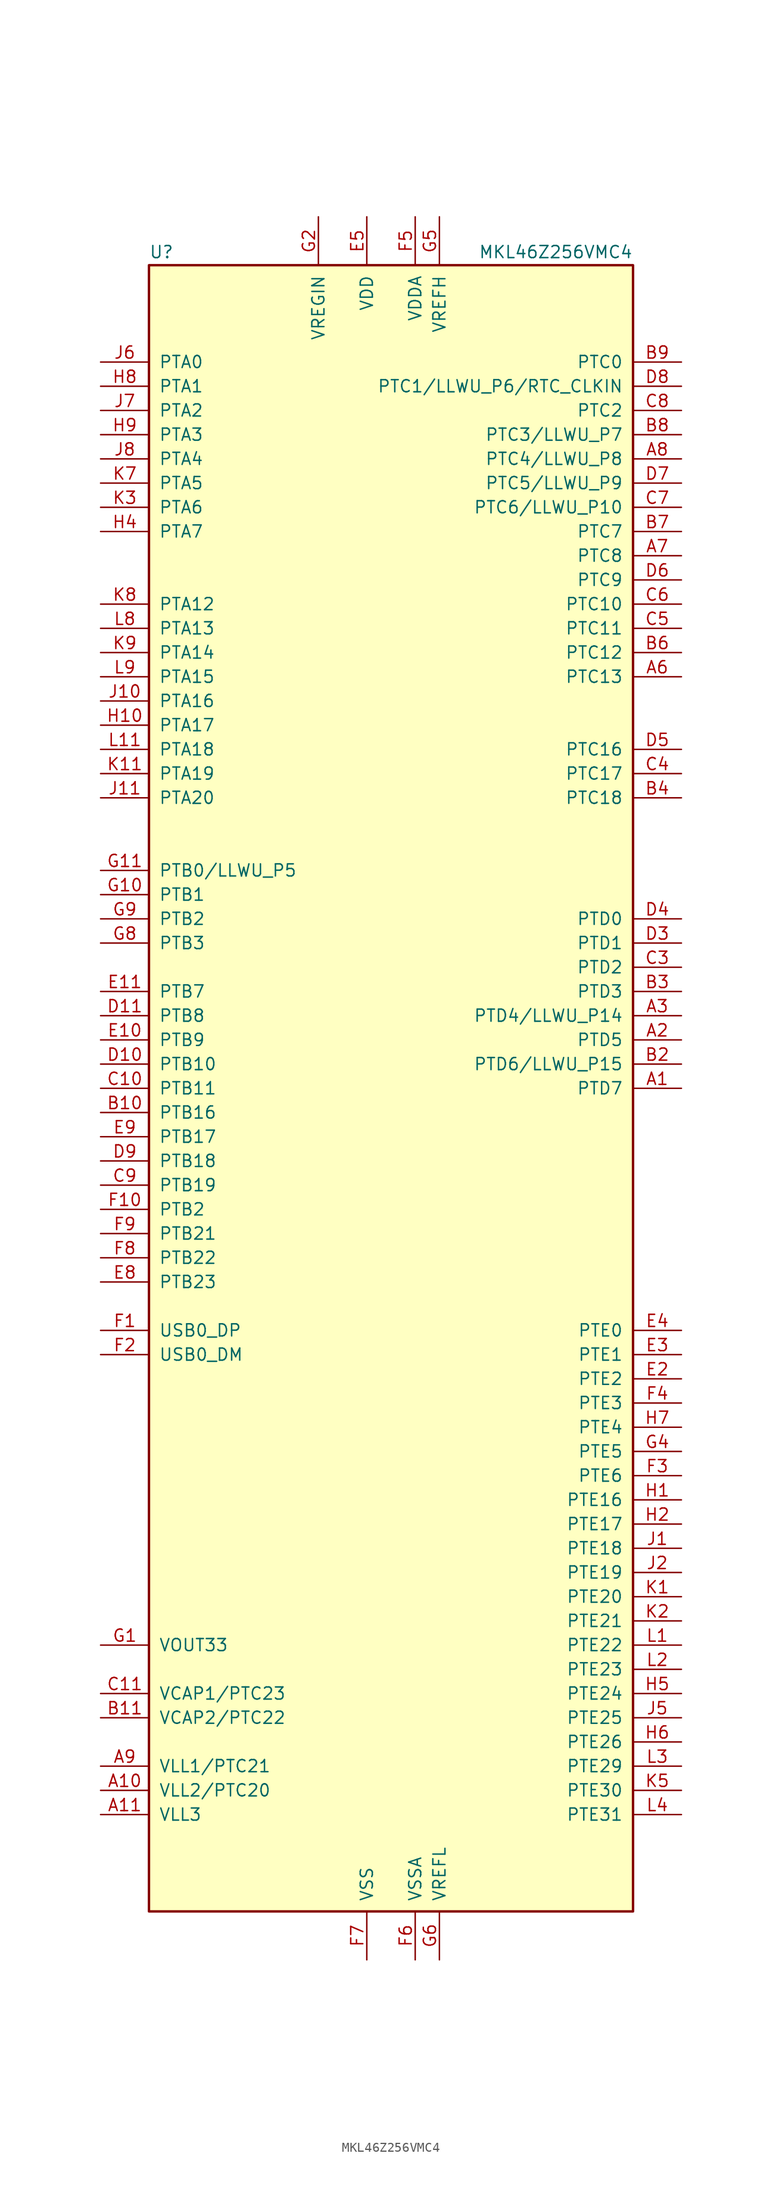
<source format=kicad_sym>
(kicad_symbol_lib
  (version 20231120)
  (generator "kicad_symbol_editor")
  (generator_version "8.0")
  (symbol "MKL46Z256VMC4"
    (pin_names
      (offset 1.016))
    (property "Reference" "U"
      (at -25.4 86.995 0)
      (effects (font (size 1.27 1.27)) (justify left bottom)))
    (property "Value" "MKL46Z256VMC4"
      (at 25.4 86.995 0)
      (effects (font (size 1.27 1.27)) (justify right bottom)))
    (symbol "MKL46Z256VMC4_0_1"
      (rectangle (start -25.4 86.36) (end 25.4 -86.36) (stroke (width 0.254) (type default)) (fill (type background))))
    (symbol "MKL46Z256VMC4_1_1"
      (pin bidirectional line (at 30.48 0 180) (length 5.08) (name "PTD7" (effects (font (size 1.27 1.27)))) (number "A1" (effects (font (size 1.27 1.27)))))
      (pin power_out line (at -30.48 -73.66 0) (length 5.08) (name "VLL2/PTC20" (effects (font (size 1.27 1.27)))) (number "A10" (effects (font (size 1.27 1.27)))))
      (pin power_out line (at -30.48 -76.2 0) (length 5.08) (name "VLL3" (effects (font (size 1.27 1.27)))) (number "A11" (effects (font (size 1.27 1.27)))))
      (pin bidirectional line (at 30.48 5.08 180) (length 5.08) (name "PTD5" (effects (font (size 1.27 1.27)))) (number "A2" (effects (font (size 1.27 1.27)))))
      (pin bidirectional line (at 30.48 7.62 180) (length 5.08) (name "PTD4/LLWU_P14" (effects (font (size 1.27 1.27)))) (number "A3" (effects (font (size 1.27 1.27)))))
      (pin no_connect line (at 25.4 27.94 180) (length 5.08) hide (name "NC" (effects (font (size 1.27 1.27)))) (number "A4" (effects (font (size 1.27 1.27)))))
      (pin no_connect line (at 25.4 40.64 180) (length 5.08) hide (name "NC" (effects (font (size 1.27 1.27)))) (number "A5" (effects (font (size 1.27 1.27)))))
      (pin bidirectional line (at 30.48 43.18 180) (length 5.08) (name "PTC13" (effects (font (size 1.27 1.27)))) (number "A6" (effects (font (size 1.27 1.27)))))
      (pin bidirectional line (at 30.48 55.88 180) (length 5.08) (name "PTC8" (effects (font (size 1.27 1.27)))) (number "A7" (effects (font (size 1.27 1.27)))))
      (pin bidirectional line (at 30.48 66.04 180) (length 5.08) (name "PTC4/LLWU_P8" (effects (font (size 1.27 1.27)))) (number "A8" (effects (font (size 1.27 1.27)))))
      (pin power_out line (at -30.48 -71.12 0) (length 5.08) (name "VLL1/PTC21" (effects (font (size 1.27 1.27)))) (number "A9" (effects (font (size 1.27 1.27)))))
      (pin no_connect line (at 25.4 -7.62 180) (length 5.08) hide (name "NC" (effects (font (size 1.27 1.27)))) (number "B1" (effects (font (size 1.27 1.27)))))
      (pin bidirectional line (at -30.48 -2.54 0) (length 5.08) (name "PTB16" (effects (font (size 1.27 1.27)))) (number "B10" (effects (font (size 1.27 1.27)))))
      (pin passive line (at -30.48 -66.04 0) (length 5.08) (name "VCAP2/PTC22" (effects (font (size 1.27 1.27)))) (number "B11" (effects (font (size 1.27 1.27)))))
      (pin bidirectional line (at 30.48 2.54 180) (length 5.08) (name "PTD6/LLWU_P15" (effects (font (size 1.27 1.27)))) (number "B2" (effects (font (size 1.27 1.27)))))
      (pin bidirectional line (at 30.48 10.16 180) (length 5.08) (name "PTD3" (effects (font (size 1.27 1.27)))) (number "B3" (effects (font (size 1.27 1.27)))))
      (pin bidirectional line (at 30.48 30.48 180) (length 5.08) (name "PTC18" (effects (font (size 1.27 1.27)))) (number "B4" (effects (font (size 1.27 1.27)))))
      (pin no_connect line (at 25.4 38.1 180) (length 5.08) hide (name "NC" (effects (font (size 1.27 1.27)))) (number "B5" (effects (font (size 1.27 1.27)))))
      (pin bidirectional line (at 30.48 45.72 180) (length 5.08) (name "PTC12" (effects (font (size 1.27 1.27)))) (number "B6" (effects (font (size 1.27 1.27)))))
      (pin bidirectional line (at 30.48 58.42 180) (length 5.08) (name "PTC7" (effects (font (size 1.27 1.27)))) (number "B7" (effects (font (size 1.27 1.27)))))
      (pin bidirectional line (at 30.48 68.58 180) (length 5.08) (name "PTC3/LLWU_P7" (effects (font (size 1.27 1.27)))) (number "B8" (effects (font (size 1.27 1.27)))))
      (pin bidirectional line (at 30.48 76.2 180) (length 5.08) (name "PTC0" (effects (font (size 1.27 1.27)))) (number "B9" (effects (font (size 1.27 1.27)))))
      (pin no_connect line (at 25.4 -12.7 180) (length 5.08) hide (name "NC" (effects (font (size 1.27 1.27)))) (number "C1" (effects (font (size 1.27 1.27)))))
      (pin bidirectional line (at -30.48 0 0) (length 5.08) (name "PTB11" (effects (font (size 1.27 1.27)))) (number "C10" (effects (font (size 1.27 1.27)))))
      (pin passive line (at -30.48 -63.5 0) (length 5.08) (name "VCAP1/PTC23" (effects (font (size 1.27 1.27)))) (number "C11" (effects (font (size 1.27 1.27)))))
      (pin no_connect line (at 25.4 -10.16 180) (length 5.08) hide (name "NC" (effects (font (size 1.27 1.27)))) (number "C2" (effects (font (size 1.27 1.27)))))
      (pin bidirectional line (at 30.48 12.7 180) (length 5.08) (name "PTD2" (effects (font (size 1.27 1.27)))) (number "C3" (effects (font (size 1.27 1.27)))))
      (pin bidirectional line (at 30.48 33.02 180) (length 5.08) (name "PTC17" (effects (font (size 1.27 1.27)))) (number "C4" (effects (font (size 1.27 1.27)))))
      (pin bidirectional line (at 30.48 48.26 180) (length 5.08) (name "PTC11" (effects (font (size 1.27 1.27)))) (number "C5" (effects (font (size 1.27 1.27)))))
      (pin bidirectional line (at 30.48 50.8 180) (length 5.08) (name "PTC10" (effects (font (size 1.27 1.27)))) (number "C6" (effects (font (size 1.27 1.27)))))
      (pin bidirectional line (at 30.48 60.96 180) (length 5.08) (name "PTC6/LLWU_P10" (effects (font (size 1.27 1.27)))) (number "C7" (effects (font (size 1.27 1.27)))))
      (pin bidirectional line (at 30.48 71.12 180) (length 5.08) (name "PTC2" (effects (font (size 1.27 1.27)))) (number "C8" (effects (font (size 1.27 1.27)))))
      (pin bidirectional line (at -30.48 -10.16 0) (length 5.08) (name "PTB19" (effects (font (size 1.27 1.27)))) (number "C9" (effects (font (size 1.27 1.27)))))
      (pin no_connect line (at 25.4 -17.78 180) (length 5.08) hide (name "NC" (effects (font (size 1.27 1.27)))) (number "D1" (effects (font (size 1.27 1.27)))))
      (pin bidirectional line (at -30.48 2.54 0) (length 5.08) (name "PTB10" (effects (font (size 1.27 1.27)))) (number "D10" (effects (font (size 1.27 1.27)))))
      (pin bidirectional line (at -30.48 7.62 0) (length 5.08) (name "PTB8" (effects (font (size 1.27 1.27)))) (number "D11" (effects (font (size 1.27 1.27)))))
      (pin no_connect line (at 25.4 -15.24 180) (length 5.08) hide (name "NC" (effects (font (size 1.27 1.27)))) (number "D2" (effects (font (size 1.27 1.27)))))
      (pin bidirectional line (at 30.48 15.24 180) (length 5.08) (name "PTD1" (effects (font (size 1.27 1.27)))) (number "D3" (effects (font (size 1.27 1.27)))))
      (pin bidirectional line (at 30.48 17.78 180) (length 5.08) (name "PTD0" (effects (font (size 1.27 1.27)))) (number "D4" (effects (font (size 1.27 1.27)))))
      (pin bidirectional line (at 30.48 35.56 180) (length 5.08) (name "PTC16" (effects (font (size 1.27 1.27)))) (number "D5" (effects (font (size 1.27 1.27)))))
      (pin bidirectional line (at 30.48 53.34 180) (length 5.08) (name "PTC9" (effects (font (size 1.27 1.27)))) (number "D6" (effects (font (size 1.27 1.27)))))
      (pin bidirectional line (at 30.48 63.5 180) (length 5.08) (name "PTC5/LLWU_P9" (effects (font (size 1.27 1.27)))) (number "D7" (effects (font (size 1.27 1.27)))))
      (pin bidirectional line (at 30.48 73.66 180) (length 5.08) (name "PTC1/LLWU_P6/RTC_CLKIN" (effects (font (size 1.27 1.27)))) (number "D8" (effects (font (size 1.27 1.27)))))
      (pin bidirectional line (at -30.48 -7.62 0) (length 5.08) (name "PTB18" (effects (font (size 1.27 1.27)))) (number "D9" (effects (font (size 1.27 1.27)))))
      (pin no_connect line (at 25.4 -20.32 180) (length 5.08) hide (name "NC" (effects (font (size 1.27 1.27)))) (number "E1" (effects (font (size 1.27 1.27)))))
      (pin bidirectional line (at -30.48 5.08 0) (length 5.08) (name "PTB9" (effects (font (size 1.27 1.27)))) (number "E10" (effects (font (size 1.27 1.27)))))
      (pin bidirectional line (at -30.48 10.16 0) (length 5.08) (name "PTB7" (effects (font (size 1.27 1.27)))) (number "E11" (effects (font (size 1.27 1.27)))))
      (pin bidirectional line (at 30.48 -30.48 180) (length 5.08) (name "PTE2" (effects (font (size 1.27 1.27)))) (number "E2" (effects (font (size 1.27 1.27)))))
      (pin bidirectional line (at 30.48 -27.94 180) (length 5.08) (name "PTE1" (effects (font (size 1.27 1.27)))) (number "E3" (effects (font (size 1.27 1.27)))))
      (pin bidirectional line (at 30.48 -25.4 180) (length 5.08) (name "PTE0" (effects (font (size 1.27 1.27)))) (number "E4" (effects (font (size 1.27 1.27)))))
      (pin power_in line (at -2.54 91.44 270) (length 5.08) (name "VDD" (effects (font (size 1.27 1.27)))) (number "E5" (effects (font (size 1.27 1.27)))))
      (pin passive line (at -2.54 91.44 270) (length 5.08) hide (name "VDD" (effects (font (size 1.27 1.27)))) (number "E6" (effects (font (size 1.27 1.27)))))
      (pin passive line (at -2.54 91.44 270) (length 5.08) hide (name "VDD" (effects (font (size 1.27 1.27)))) (number "E7" (effects (font (size 1.27 1.27)))))
      (pin bidirectional line (at -30.48 -20.32 0) (length 5.08) (name "PTB23" (effects (font (size 1.27 1.27)))) (number "E8" (effects (font (size 1.27 1.27)))))
      (pin bidirectional line (at -30.48 -5.08 0) (length 5.08) (name "PTB17" (effects (font (size 1.27 1.27)))) (number "E9" (effects (font (size 1.27 1.27)))))
      (pin bidirectional line (at -30.48 -25.4 0) (length 5.08) (name "USB0_DP" (effects (font (size 1.27 1.27)))) (number "F1" (effects (font (size 1.27 1.27)))))
      (pin bidirectional line (at -30.48 -12.7 0) (length 5.08) (name "PTB2" (effects (font (size 1.27 1.27)))) (number "F10" (effects (font (size 1.27 1.27)))))
      (pin no_connect line (at -25.4 12.7 0) (length 5.08) hide (name "NC" (effects (font (size 1.27 1.27)))) (number "F11" (effects (font (size 1.27 1.27)))))
      (pin bidirectional line (at -30.48 -27.94 0) (length 5.08) (name "USB0_DM" (effects (font (size 1.27 1.27)))) (number "F2" (effects (font (size 1.27 1.27)))))
      (pin bidirectional line (at 30.48 -40.64 180) (length 5.08) (name "PTE6" (effects (font (size 1.27 1.27)))) (number "F3" (effects (font (size 1.27 1.27)))))
      (pin bidirectional line (at 30.48 -33.02 180) (length 5.08) (name "PTE3" (effects (font (size 1.27 1.27)))) (number "F4" (effects (font (size 1.27 1.27)))))
      (pin power_in line (at 2.54 91.44 270) (length 5.08) (name "VDDA" (effects (font (size 1.27 1.27)))) (number "F5" (effects (font (size 1.27 1.27)))))
      (pin power_in line (at 2.54 -91.44 90) (length 5.08) (name "VSSA" (effects (font (size 1.27 1.27)))) (number "F6" (effects (font (size 1.27 1.27)))))
      (pin power_in line (at -2.54 -91.44 90) (length 5.08) (name "VSS" (effects (font (size 1.27 1.27)))) (number "F7" (effects (font (size 1.27 1.27)))))
      (pin bidirectional line (at -30.48 -17.78 0) (length 5.08) (name "PTB22" (effects (font (size 1.27 1.27)))) (number "F8" (effects (font (size 1.27 1.27)))))
      (pin bidirectional line (at -30.48 -15.24 0) (length 5.08) (name "PTB21" (effects (font (size 1.27 1.27)))) (number "F9" (effects (font (size 1.27 1.27)))))
      (pin power_out line (at -30.48 -58.42 0) (length 5.08) (name "VOUT33" (effects (font (size 1.27 1.27)))) (number "G1" (effects (font (size 1.27 1.27)))))
      (pin bidirectional line (at -30.48 20.32 0) (length 5.08) (name "PTB1" (effects (font (size 1.27 1.27)))) (number "G10" (effects (font (size 1.27 1.27)))))
      (pin bidirectional line (at -30.48 22.86 0) (length 5.08) (name "PTB0/LLWU_P5" (effects (font (size 1.27 1.27)))) (number "G11" (effects (font (size 1.27 1.27)))))
      (pin power_in line (at -7.62 91.44 270) (length 5.08) (name "VREGIN" (effects (font (size 1.27 1.27)))) (number "G2" (effects (font (size 1.27 1.27)))))
      (pin passive line (at -2.54 -91.44 90) (length 5.08) hide (name "VSS" (effects (font (size 1.27 1.27)))) (number "G3" (effects (font (size 1.27 1.27)))))
      (pin bidirectional line (at 30.48 -38.1 180) (length 5.08) (name "PTE5" (effects (font (size 1.27 1.27)))) (number "G4" (effects (font (size 1.27 1.27)))))
      (pin power_in line (at 5.08 91.44 270) (length 5.08) (name "VREFH" (effects (font (size 1.27 1.27)))) (number "G5" (effects (font (size 1.27 1.27)))))
      (pin power_in line (at 5.08 -91.44 90) (length 5.08) (name "VREFL" (effects (font (size 1.27 1.27)))) (number "G6" (effects (font (size 1.27 1.27)))))
      (pin passive line (at -2.54 -91.44 90) (length 5.08) hide (name "VSS" (effects (font (size 1.27 1.27)))) (number "G7" (effects (font (size 1.27 1.27)))))
      (pin bidirectional line (at -30.48 15.24 0) (length 5.08) (name "PTB3" (effects (font (size 1.27 1.27)))) (number "G8" (effects (font (size 1.27 1.27)))))
      (pin bidirectional line (at -30.48 17.78 0) (length 5.08) (name "PTB2" (effects (font (size 1.27 1.27)))) (number "G9" (effects (font (size 1.27 1.27)))))
      (pin bidirectional line (at 30.48 -43.18 180) (length 5.08) (name "PTE16" (effects (font (size 1.27 1.27)))) (number "H1" (effects (font (size 1.27 1.27)))))
      (pin bidirectional line (at -30.48 38.1 0) (length 5.08) (name "PTA17" (effects (font (size 1.27 1.27)))) (number "H10" (effects (font (size 1.27 1.27)))))
      (pin no_connect line (at -25.4 27.94 0) (length 5.08) hide (name "NC" (effects (font (size 1.27 1.27)))) (number "H11" (effects (font (size 1.27 1.27)))))
      (pin bidirectional line (at 30.48 -45.72 180) (length 5.08) (name "PTE17" (effects (font (size 1.27 1.27)))) (number "H2" (effects (font (size 1.27 1.27)))))
      (pin no_connect line (at -25.4 -45.72 0) (length 5.08) hide (name "NC" (effects (font (size 1.27 1.27)))) (number "H3" (effects (font (size 1.27 1.27)))))
      (pin bidirectional line (at -30.48 58.42 0) (length 5.08) (name "PTA7" (effects (font (size 1.27 1.27)))) (number "H4" (effects (font (size 1.27 1.27)))))
      (pin bidirectional line (at 30.48 -63.5 180) (length 5.08) (name "PTE24" (effects (font (size 1.27 1.27)))) (number "H5" (effects (font (size 1.27 1.27)))))
      (pin bidirectional line (at 30.48 -68.58 180) (length 5.08) (name "PTE26" (effects (font (size 1.27 1.27)))) (number "H6" (effects (font (size 1.27 1.27)))))
      (pin bidirectional line (at 30.48 -35.56 180) (length 5.08) (name "PTE4" (effects (font (size 1.27 1.27)))) (number "H7" (effects (font (size 1.27 1.27)))))
      (pin bidirectional line (at -30.48 73.66 0) (length 5.08) (name "PTA1" (effects (font (size 1.27 1.27)))) (number "H8" (effects (font (size 1.27 1.27)))))
      (pin bidirectional line (at -30.48 68.58 0) (length 5.08) (name "PTA3" (effects (font (size 1.27 1.27)))) (number "H9" (effects (font (size 1.27 1.27)))))
      (pin bidirectional line (at 30.48 -48.26 180) (length 5.08) (name "PTE18" (effects (font (size 1.27 1.27)))) (number "J1" (effects (font (size 1.27 1.27)))))
      (pin bidirectional line (at -30.48 40.64 0) (length 5.08) (name "PTA16" (effects (font (size 1.27 1.27)))) (number "J10" (effects (font (size 1.27 1.27)))))
      (pin bidirectional line (at -30.48 30.48 0) (length 5.08) (name "PTA20" (effects (font (size 1.27 1.27)))) (number "J11" (effects (font (size 1.27 1.27)))))
      (pin bidirectional line (at 30.48 -50.8 180) (length 5.08) (name "PTE19" (effects (font (size 1.27 1.27)))) (number "J2" (effects (font (size 1.27 1.27)))))
      (pin no_connect line (at -25.4 -48.26 0) (length 5.08) hide (name "NC" (effects (font (size 1.27 1.27)))) (number "J3" (effects (font (size 1.27 1.27)))))
      (pin no_connect line (at -25.4 53.34 0) (length 5.08) hide (name "NC" (effects (font (size 1.27 1.27)))) (number "J4" (effects (font (size 1.27 1.27)))))
      (pin bidirectional line (at 30.48 -66.04 180) (length 5.08) (name "PTE25" (effects (font (size 1.27 1.27)))) (number "J5" (effects (font (size 1.27 1.27)))))
      (pin bidirectional line (at -30.48 76.2 0) (length 5.08) (name "PTA0" (effects (font (size 1.27 1.27)))) (number "J6" (effects (font (size 1.27 1.27)))))
      (pin bidirectional line (at -30.48 71.12 0) (length 5.08) (name "PTA2" (effects (font (size 1.27 1.27)))) (number "J7" (effects (font (size 1.27 1.27)))))
      (pin bidirectional line (at -30.48 66.04 0) (length 5.08) (name "PTA4" (effects (font (size 1.27 1.27)))) (number "J8" (effects (font (size 1.27 1.27)))))
      (pin no_connect line (at -25.4 55.88 0) (length 5.08) hide (name "NC" (effects (font (size 1.27 1.27)))) (number "J9" (effects (font (size 1.27 1.27)))))
      (pin bidirectional line (at 30.48 -53.34 180) (length 5.08) (name "PTE20" (effects (font (size 1.27 1.27)))) (number "K1" (effects (font (size 1.27 1.27)))))
      (pin passive line (at -2.54 -91.44 90) (length 5.08) hide (name "VSS" (effects (font (size 1.27 1.27)))) (number "K10" (effects (font (size 1.27 1.27)))))
      (pin bidirectional line (at -30.48 33.02 0) (length 5.08) (name "PTA19" (effects (font (size 1.27 1.27)))) (number "K11" (effects (font (size 1.27 1.27)))))
      (pin bidirectional line (at 30.48 -55.88 180) (length 5.08) (name "PTE21" (effects (font (size 1.27 1.27)))) (number "K2" (effects (font (size 1.27 1.27)))))
      (pin bidirectional line (at -30.48 60.96 0) (length 5.08) (name "PTA6" (effects (font (size 1.27 1.27)))) (number "K3" (effects (font (size 1.27 1.27)))))
      (pin no_connect line (at -25.4 -50.8 0) (length 5.08) hide (name "NC" (effects (font (size 1.27 1.27)))) (number "K4" (effects (font (size 1.27 1.27)))))
      (pin bidirectional line (at 30.48 -73.66 180) (length 5.08) (name "PTE30" (effects (font (size 1.27 1.27)))) (number "K5" (effects (font (size 1.27 1.27)))))
      (pin passive line (at -2.54 91.44 270) (length 5.08) hide (name "VDD" (effects (font (size 1.27 1.27)))) (number "K6" (effects (font (size 1.27 1.27)))))
      (pin bidirectional line (at -30.48 63.5 0) (length 5.08) (name "PTA5" (effects (font (size 1.27 1.27)))) (number "K7" (effects (font (size 1.27 1.27)))))
      (pin bidirectional line (at -30.48 50.8 0) (length 5.08) (name "PTA12" (effects (font (size 1.27 1.27)))) (number "K8" (effects (font (size 1.27 1.27)))))
      (pin bidirectional line (at -30.48 45.72 0) (length 5.08) (name "PTA14" (effects (font (size 1.27 1.27)))) (number "K9" (effects (font (size 1.27 1.27)))))
      (pin bidirectional line (at 30.48 -58.42 180) (length 5.08) (name "PTE22" (effects (font (size 1.27 1.27)))) (number "L1" (effects (font (size 1.27 1.27)))))
      (pin passive line (at -2.54 91.44 270) (length 5.08) hide (name "VDD" (effects (font (size 1.27 1.27)))) (number "L10" (effects (font (size 1.27 1.27)))))
      (pin bidirectional line (at -30.48 35.56 0) (length 5.08) (name "PTA18" (effects (font (size 1.27 1.27)))) (number "L11" (effects (font (size 1.27 1.27)))))
      (pin bidirectional line (at 30.48 -60.96 180) (length 5.08) (name "PTE23" (effects (font (size 1.27 1.27)))) (number "L2" (effects (font (size 1.27 1.27)))))
      (pin bidirectional line (at 30.48 -71.12 180) (length 5.08) (name "PTE29" (effects (font (size 1.27 1.27)))) (number "L3" (effects (font (size 1.27 1.27)))))
      (pin bidirectional line (at 30.48 -76.2 180) (length 5.08) (name "PTE31" (effects (font (size 1.27 1.27)))) (number "L4" (effects (font (size 1.27 1.27)))))
      (pin passive line (at -2.54 -91.44 90) (length 5.08) hide (name "VSS" (effects (font (size 1.27 1.27)))) (number "L5" (effects (font (size 1.27 1.27)))))
      (pin passive line (at -2.54 -91.44 90) (length 5.08) hide (name "VSS" (effects (font (size 1.27 1.27)))) (number "L6" (effects (font (size 1.27 1.27)))))
      (pin no_connect line (at -25.4 -53.34 0) (length 5.08) hide (name "NC" (effects (font (size 1.27 1.27)))) (number "L7" (effects (font (size 1.27 1.27)))))
      (pin bidirectional line (at -30.48 48.26 0) (length 5.08) (name "PTA13" (effects (font (size 1.27 1.27)))) (number "L8" (effects (font (size 1.27 1.27)))))
      (pin bidirectional line (at -30.48 43.18 0) (length 5.08) (name "PTA15" (effects (font (size 1.27 1.27)))) (number "L9" (effects (font (size 1.27 1.27))))))))
</source>
